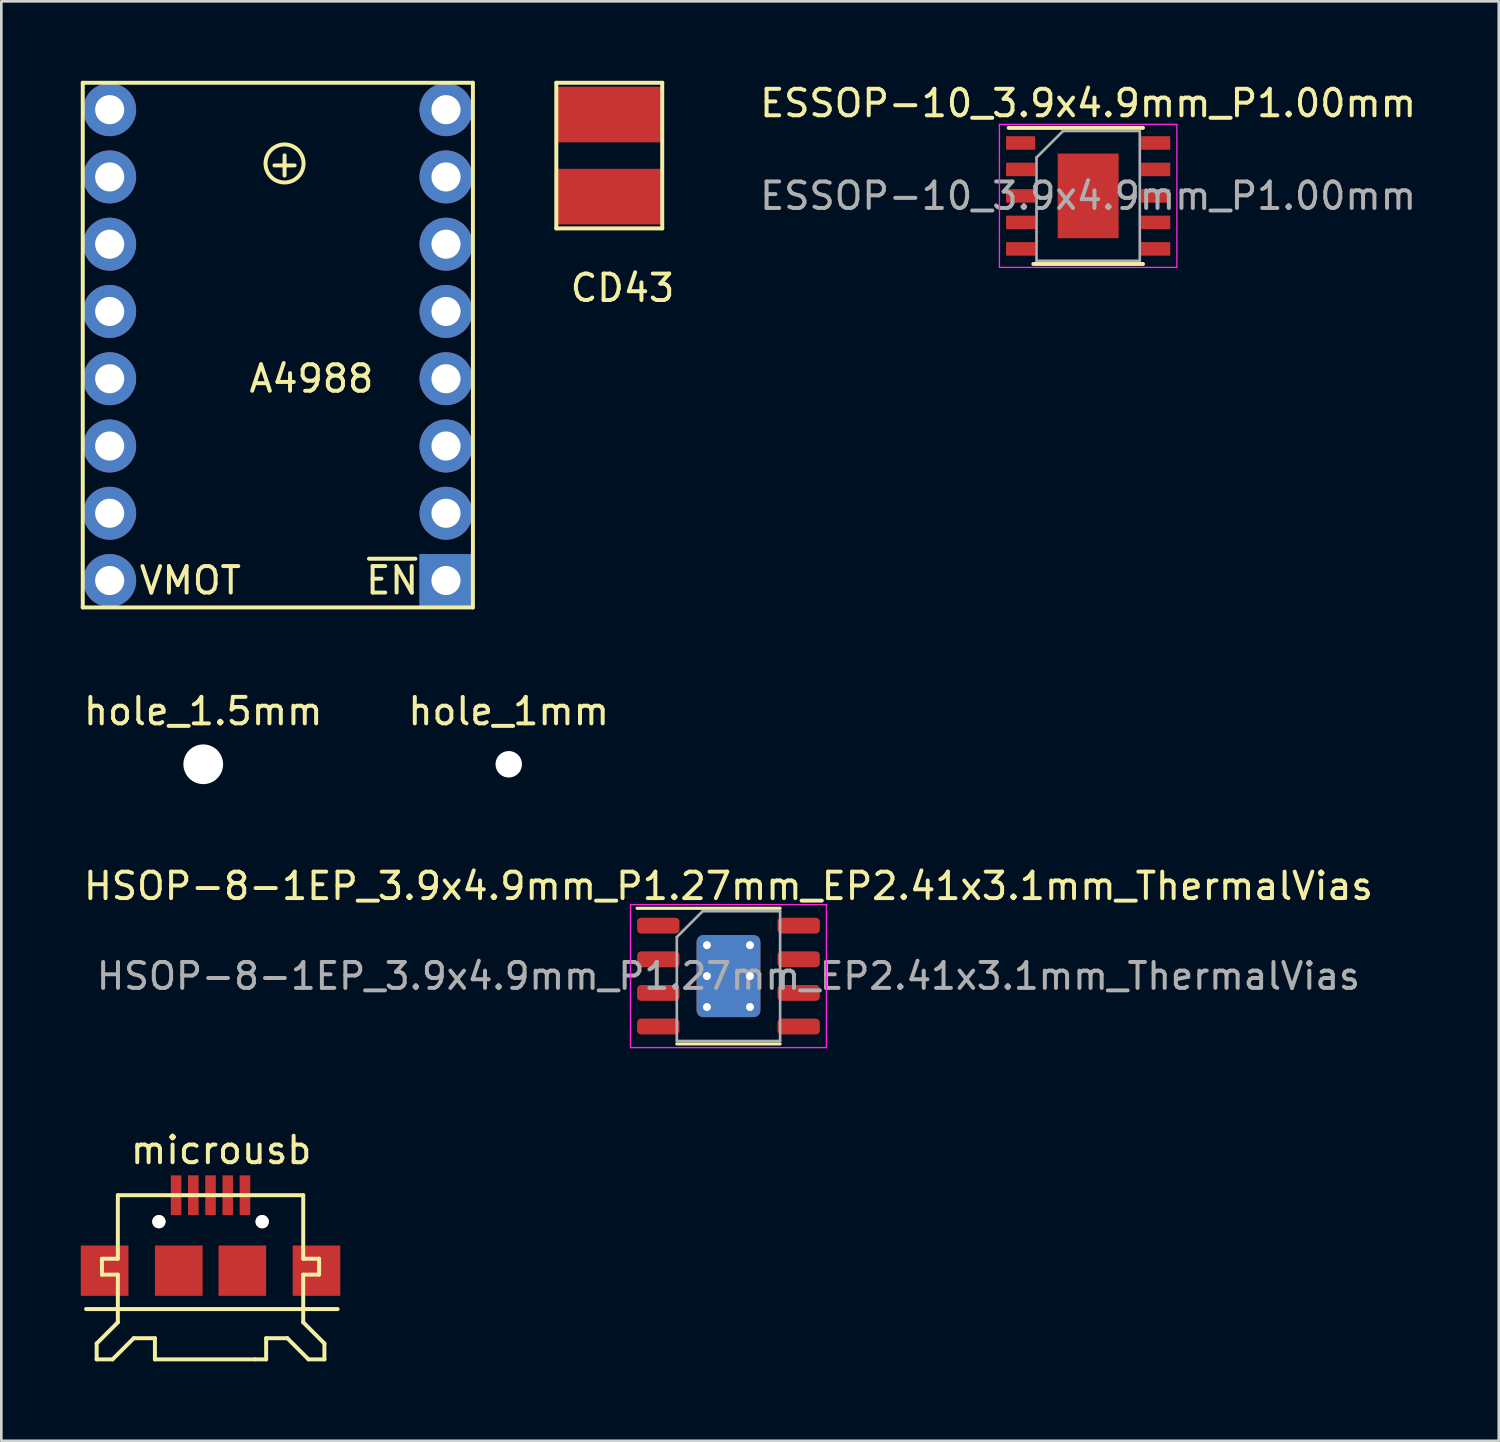
<source format=kicad_pcb>
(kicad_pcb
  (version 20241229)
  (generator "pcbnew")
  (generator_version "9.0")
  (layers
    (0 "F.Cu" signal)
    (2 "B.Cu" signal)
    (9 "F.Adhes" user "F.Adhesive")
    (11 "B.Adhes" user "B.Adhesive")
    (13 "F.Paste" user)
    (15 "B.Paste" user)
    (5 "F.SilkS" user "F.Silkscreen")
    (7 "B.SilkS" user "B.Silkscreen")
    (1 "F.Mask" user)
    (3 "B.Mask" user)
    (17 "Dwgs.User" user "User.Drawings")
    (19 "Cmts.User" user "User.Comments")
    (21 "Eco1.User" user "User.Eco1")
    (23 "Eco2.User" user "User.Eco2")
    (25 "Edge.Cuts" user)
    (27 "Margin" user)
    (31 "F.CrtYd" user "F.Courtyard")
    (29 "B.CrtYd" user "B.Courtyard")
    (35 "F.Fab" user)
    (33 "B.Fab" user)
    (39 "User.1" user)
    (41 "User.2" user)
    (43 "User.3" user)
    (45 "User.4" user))
  (footprint "HSOP-8-1EP_3.9x4.9mm_P1.27mm_EP2.41x3.1mm_ThermalVias"
    (layer "F.Cu")
    (at 24.458 33.809)
    (property "Reference" "HSOP-8-1EP_3.9x4.9mm_P1.27mm_EP2.41x3.1mm_ThermalVias" (at 0 -3.4 0) (layer "F.SilkS") (effects (font (size 1 1) (thickness 0.15))))
    (attr smd)
    (fp_line (start -3.45 -2.56) (end 1.95 -2.56) (stroke (width 0.12) (type solid)) (layer "F.SilkS"))
    (fp_line (start -1.95 2.56) (end 1.95 2.56) (stroke (width 0.12) (type solid)) (layer "F.SilkS"))
    (fp_line (start -3.7 -2.7) (end -3.7 2.7) (stroke (width 0.05) (type solid)) (layer "F.CrtYd"))
    (fp_line (start -3.7 2.7) (end 3.7 2.7) (stroke (width 0.05) (type solid)) (layer "F.CrtYd"))
    (fp_line (start 3.7 -2.7) (end -3.7 -2.7) (stroke (width 0.05) (type solid)) (layer "F.CrtYd"))
    (fp_line (start 3.7 2.7) (end 3.7 -2.7) (stroke (width 0.05) (type solid)) (layer "F.CrtYd"))
    (fp_line (start -1.95 -1.475) (end -0.975 -2.45) (stroke (width 0.1) (type solid)) (layer "F.Fab"))
    (fp_line (start -1.95 2.45) (end -1.95 -1.475) (stroke (width 0.1) (type solid)) (layer "F.Fab"))
    (fp_line (start -0.975 -2.45) (end 1.95 -2.45) (stroke (width 0.1) (type solid)) (layer "F.Fab"))
    (fp_line (start 1.95 -2.45) (end 1.95 2.45) (stroke (width 0.1) (type solid)) (layer "F.Fab"))
    (fp_line (start 1.95 2.45) (end -1.95 2.45) (stroke (width 0.1) (type solid)) (layer "F.Fab"))
    (fp_text user "${REFERENCE}" (at 0 0 0) (layer "F.Fab") (effects (font (size 0.98 0.98) (thickness 0.15))))
    (pad "" smd roundrect (at -0.6 -0.775) (size 0.97 1.25) (layers "F.Paste") (roundrect_rratio 0.25))
    (pad "" smd roundrect (at -0.6 0.775) (size 0.97 1.25) (layers "F.Paste") (roundrect_rratio 0.25))
    (pad "" smd roundrect (at 0.6 -0.775) (size 0.97 1.25) (layers "F.Paste") (roundrect_rratio 0.25))
    (pad "" smd roundrect (at 0.6 0.775) (size 0.97 1.25) (layers "F.Paste") (roundrect_rratio 0.25))
    (pad "1" smd roundrect (at -2.65 -1.905) (size 1.6 0.6) (layers "F.Cu" "F.Mask" "F.Paste") (roundrect_rratio 0.25))
    (pad "2" smd roundrect (at -2.65 -0.635) (size 1.6 0.6) (layers "F.Cu" "F.Mask" "F.Paste") (roundrect_rratio 0.25))
    (pad "3" smd roundrect (at -2.65 0.635) (size 1.6 0.6) (layers "F.Cu" "F.Mask" "F.Paste") (roundrect_rratio 0.25))
    (pad "4" smd roundrect (at -2.65 1.905) (size 1.6 0.6) (layers "F.Cu" "F.Mask" "F.Paste") (roundrect_rratio 0.25))
    (pad "5" smd roundrect (at 2.65 1.905) (size 1.6 0.6) (layers "F.Cu" "F.Mask" "F.Paste") (roundrect_rratio 0.25))
    (pad "6" smd roundrect (at 2.65 0.635) (size 1.6 0.6) (layers "F.Cu" "F.Mask" "F.Paste") (roundrect_rratio 0.25))
    (pad "7" smd roundrect (at 2.65 -0.635) (size 1.6 0.6) (layers "F.Cu" "F.Mask" "F.Paste") (roundrect_rratio 0.25))
    (pad "8" smd roundrect (at 2.65 -1.905) (size 1.6 0.6) (layers "F.Cu" "F.Mask" "F.Paste") (roundrect_rratio 0.25))
    (pad "9" thru_hole circle (at -0.813 -1.168) (size 0.7 0.7) (drill 0.3) (layers "*.Cu"))
    (pad "9" thru_hole circle (at -0.813 0) (size 0.7 0.7) (drill 0.3) (layers "*.Cu"))
    (pad "9" thru_hole circle (at -0.813 1.168) (size 0.7 0.7) (drill 0.3) (layers "*.Cu"))
    (pad "9" smd roundrect (at 0 0) (size 2.41 3.1) (layers "F.Cu" "F.Mask") (roundrect_rratio 0.104))
    (pad "9" smd roundrect (at 0 0) (size 2.41 3.1) (layers "B.Cu") (roundrect_rratio 0.104))
    (pad "9" thru_hole circle (at 0.813 -1.168) (size 0.7 0.7) (drill 0.3) (layers "*.Cu"))
    (pad "9" thru_hole circle (at 0.813 0) (size 0.7 0.7) (drill 0.3) (layers "*.Cu"))
    (pad "9" thru_hole circle (at 0.813 1.168) (size 0.7 0.7) (drill 0.3) (layers "*.Cu")))
  (footprint "hole_1mm"
    (layer "F.Cu")
    (at 16.161 25.81)
    (property "Reference" "hole_1mm" (at 0 -2 0) (unlocked yes) (layer "F.SilkS") (effects (font (size 1 1) (thickness 0.15))))
    (attr through_hole)
    (pad "" np_thru_hole circle (at 0 0) (size 1 1) (drill 1) (layers "*.Cu" "*.Mask")))
  (footprint "hole_1.5mm"
    (layer "F.Cu")
    (at 4.625 25.81)
    (property "Reference" "hole_1.5mm" (at 0 -2 0) (unlocked yes) (layer "F.SilkS") (effects (font (size 1 1) (thickness 0.15))))
    (attr through_hole)
    (pad "" np_thru_hole circle (at 0 0) (size 1.5 1.5) (drill 1.5) (layers "*.Cu" "*.Mask")))
  (footprint "ESSOP-10_3.9x4.9mm_P1.00mm"
    (layer "F.Cu")
    (at 38.04 4.348)
    (property "Reference" "ESSOP-10_3.9x4.9mm_P1.00mm" (at 0 -3.5 0) (layer "F.SilkS") (effects (font (size 1 1) (thickness 0.15))))
    (attr smd)
    (fp_line (start -3 -2.57) (end 2.07 -2.57) (stroke (width 0.15) (type solid)) (layer "F.SilkS"))
    (fp_line (start -2.07 2.57) (end 2.07 2.57) (stroke (width 0.15) (type solid)) (layer "F.SilkS"))
    (fp_line (start -3.35 -2.7) (end -3.35 2.7) (stroke (width 0.05) (type solid)) (layer "F.CrtYd"))
    (fp_line (start -3.35 -2.7) (end 3.35 -2.7) (stroke (width 0.05) (type solid)) (layer "F.CrtYd"))
    (fp_line (start -3.35 2.7) (end 3.35 2.7) (stroke (width 0.05) (type solid)) (layer "F.CrtYd"))
    (fp_line (start 3.35 -2.7) (end 3.35 2.7) (stroke (width 0.05) (type solid)) (layer "F.CrtYd"))
    (fp_line (start -1.95 -1.45) (end -0.95 -2.45) (stroke (width 0.1) (type solid)) (layer "F.Fab"))
    (fp_line (start -1.95 2.45) (end -1.95 -1.45) (stroke (width 0.1) (type solid)) (layer "F.Fab"))
    (fp_line (start -0.95 -2.45) (end 1.95 -2.45) (stroke (width 0.1) (type solid)) (layer "F.Fab"))
    (fp_line (start 1.95 -2.45) (end 1.95 2.45) (stroke (width 0.1) (type solid)) (layer "F.Fab"))
    (fp_line (start 1.95 2.45) (end -1.95 2.45) (stroke (width 0.1) (type solid)) (layer "F.Fab"))
    (fp_text user "${REFERENCE}" (at 0 0 0) (layer "F.Fab") (effects (font (size 1 1) (thickness 0.15))))
    (pad "1" smd rect (at -2.55 -2) (size 1.1 0.51) (layers "F.Cu" "F.Mask" "F.Paste"))
    (pad "2" smd rect (at -2.55 -1) (size 1.1 0.51) (layers "F.Cu" "F.Mask" "F.Paste"))
    (pad "3" smd rect (at -2.55 0) (size 1.1 0.51) (layers "F.Cu" "F.Mask" "F.Paste"))
    (pad "4" smd rect (at -2.55 1) (size 1.1 0.51) (layers "F.Cu" "F.Mask" "F.Paste"))
    (pad "5" smd rect (at -2.55 2) (size 1.1 0.51) (layers "F.Cu" "F.Mask" "F.Paste"))
    (pad "6" smd rect (at 2.55 2) (size 1.1 0.51) (layers "F.Cu" "F.Mask" "F.Paste"))
    (pad "7" smd rect (at 2.55 1) (size 1.1 0.51) (layers "F.Cu" "F.Mask" "F.Paste"))
    (pad "8" smd rect (at 2.55 0) (size 1.1 0.51) (layers "F.Cu" "F.Mask" "F.Paste"))
    (pad "9" smd rect (at 2.55 -1) (size 1.1 0.51) (layers "F.Cu" "F.Mask" "F.Paste"))
    (pad "10" smd rect (at 2.55 -2) (size 1.1 0.51) (layers "F.Cu" "F.Mask" "F.Paste"))
    (pad "11" smd rect (at 0 0) (size 2.3 3.2) (layers "F.Cu" "F.Mask" "F.Paste")))
  (footprint "CD43"
    (layer "F.Cu")
    (at 19.957 2.825)
    (property "Reference" "CD43" (at 0.5 5 0) (layer "F.SilkS") (effects (font (size 1 1) (thickness 0.15))))
    (attr through_hole)
    (fp_line (start -2 -2.75) (end 2 -2.75) (stroke (width 0.15) (type solid)) (layer "F.SilkS"))
    (fp_line (start -2 2.75) (end -2 -2.75) (stroke (width 0.15) (type solid)) (layer "F.SilkS"))
    (fp_line (start 2 -2.75) (end 2 2.75) (stroke (width 0.15) (type solid)) (layer "F.SilkS"))
    (fp_line (start 2 2.75) (end -2 2.75) (stroke (width 0.15) (type solid)) (layer "F.SilkS"))
    (pad "1" smd rect (at 0 1.55) (size 4 2.1) (layers "F.Cu" "F.Mask" "F.Paste"))
    (pad "2" smd rect (at 0 -1.55) (size 4 2.1) (layers "F.Cu" "F.Mask" "F.Paste")))
  (footprint "microusb"
    (layer "F.Cu")
    (at 4.9 42.082)
    (property "Reference" "microusb" (at 0.4 -1.7 0) (layer "F.SilkS") (effects (font (size 1 1) (thickness 0.15))))
    (attr through_hole)
    (fp_line (start -4.7 4.3) (end 4.8 4.3) (stroke (width 0.15) (type solid)) (layer "F.SilkS"))
    (fp_line (start -4.3 5.6) (end -4.3 6.2) (stroke (width 0.15) (type solid)) (layer "F.SilkS"))
    (fp_line (start -4.3 5.6) (end -3.5 4.8) (stroke (width 0.15) (type solid)) (layer "F.SilkS"))
    (fp_line (start -4.3 6.2) (end -3.7 6.2) (stroke (width 0.15) (type solid)) (layer "F.SilkS"))
    (fp_line (start -4.1 2.4) (end -3.5 2.4) (stroke (width 0.15) (type solid)) (layer "F.SilkS"))
    (fp_line (start -4.1 3) (end -4.1 2.4) (stroke (width 0.15) (type solid)) (layer "F.SilkS"))
    (fp_line (start -3.7 6.2) (end -2.9 5.4) (stroke (width 0.15) (type solid)) (layer "F.SilkS"))
    (fp_line (start -3.5 0) (end 3.5 0) (stroke (width 0.15) (type solid)) (layer "F.SilkS"))
    (fp_line (start -3.5 2.4) (end -3.5 0) (stroke (width 0.15) (type solid)) (layer "F.SilkS"))
    (fp_line (start -3.5 3) (end -4.1 3) (stroke (width 0.15) (type solid)) (layer "F.SilkS"))
    (fp_line (start -3.5 4.8) (end -3.5 3) (stroke (width 0.15) (type solid)) (layer "F.SilkS"))
    (fp_line (start -2.9 5.4) (end -2.1 5.4) (stroke (width 0.15) (type solid)) (layer "F.SilkS"))
    (fp_line (start -2.1 5.4) (end -2.1 6.2) (stroke (width 0.15) (type solid)) (layer "F.SilkS"))
    (fp_line (start -2.1 6.2) (end 2.1 6.2) (stroke (width 0.15) (type solid)) (layer "F.SilkS"))
    (fp_line (start 1.7 6.2) (end 1.7 6.2) (stroke (width 0.15) (type solid)) (layer "F.SilkS"))
    (fp_line (start 2.1 5.4) (end 2.9 5.4) (stroke (width 0.15) (type solid)) (layer "F.SilkS"))
    (fp_line (start 2.1 6.2) (end 2.1 5.4) (stroke (width 0.15) (type solid)) (layer "F.SilkS"))
    (fp_line (start 2.9 5.4) (end 3.7 6.2) (stroke (width 0.15) (type solid)) (layer "F.SilkS"))
    (fp_line (start 3.5 0) (end 3.5 2.4) (stroke (width 0.15) (type solid)) (layer "F.SilkS"))
    (fp_line (start 3.5 2.4) (end 4.1 2.4) (stroke (width 0.15) (type solid)) (layer "F.SilkS"))
    (fp_line (start 3.5 3) (end 3.5 4.8) (stroke (width 0.15) (type solid)) (layer "F.SilkS"))
    (fp_line (start 3.5 4.8) (end 4.3 5.6) (stroke (width 0.15) (type solid)) (layer "F.SilkS"))
    (fp_line (start 3.7 6.2) (end 4.3 6.2) (stroke (width 0.15) (type solid)) (layer "F.SilkS"))
    (fp_line (start 4.1 2.4) (end 4.1 3) (stroke (width 0.15) (type solid)) (layer "F.SilkS"))
    (fp_line (start 4.1 3) (end 3.5 3) (stroke (width 0.15) (type solid)) (layer "F.SilkS"))
    (fp_line (start 4.3 6.2) (end 4.3 5.6) (stroke (width 0.15) (type solid)) (layer "F.SilkS"))
    (pad "" np_thru_hole circle (at -1.95 1) (size 0.5 0.5) (drill 0.5) (layers "*.Cu" "*.Mask" "F.SilkS"))
    (pad "" np_thru_hole circle (at 1.95 1) (size 0.5 0.5) (drill 0.5) (layers "*.Cu" "*.Mask" "F.SilkS"))
    (pad "1" smd rect (at -1.3 0) (size 0.4 1.5) (layers "F.Cu" "F.Mask" "F.Paste"))
    (pad "2" smd rect (at -0.65 0) (size 0.4 1.5) (layers "F.Cu" "F.Mask" "F.Paste"))
    (pad "3" smd rect (at 0 0) (size 0.4 1.5) (layers "F.Cu" "F.Mask" "F.Paste"))
    (pad "4" smd rect (at 0.65 0) (size 0.4 1.5) (layers "F.Cu" "F.Mask" "F.Paste"))
    (pad "5" smd rect (at -4 2.85) (size 1.8 1.9) (layers "F.Cu" "F.Mask" "F.Paste"))
    (pad "5" smd rect (at 1.3 0) (size 0.4 1.5) (layers "F.Cu" "F.Mask" "F.Paste"))
    (pad "5" smd rect (at 4 2.85) (size 1.8 1.9) (layers "F.Cu" "F.Mask" "F.Paste"))
    (pad "6" smd rect (at -1.2 2.85) (size 1.8 1.9) (layers "F.Cu" "F.Mask" "F.Paste"))
    (pad "6" smd rect (at 1.2 2.85) (size 1.8 1.9) (layers "F.Cu" "F.Mask" "F.Paste")))
  (footprint "A4988"
    (layer "F.Cu")
    (at 13.791 18.871)
    (property "Reference" "A4988" (at -5.08 -7.62 0) (layer "F.SilkS") (effects (font (size 1 1) (thickness 0.15))))
    (attr through_hole)
    (fp_line (start -13.716 -18.796) (end -13.716 1.016) (stroke (width 0.15) (type solid)) (layer "F.SilkS"))
    (fp_line (start -13.716 1.016) (end 1.016 1.016) (stroke (width 0.15) (type solid)) (layer "F.SilkS"))
    (fp_line (start 1.016 -18.796) (end -13.716 -18.796) (stroke (width 0.15) (type solid)) (layer "F.SilkS"))
    (fp_line (start 1.016 1.016) (end 1.016 -18.796) (stroke (width 0.15) (type solid)) (layer "F.SilkS"))
    (fp_circle (center -6.096 -15.748) (end -5.378 -15.748) (stroke (width 0.15) (type solid)) (fill no) (layer "F.SilkS"))
    (fp_text user "+" (at -6.096 -15.748 0) (layer "F.SilkS") (effects (font (size 1 1) (thickness 0.15))))
    (fp_text user "VMOT" (at -9.652 0 0) (layer "F.SilkS") (effects (font (size 1 1) (thickness 0.15))))
    (fp_text user "~{EN}" (at -2.032 0 0) (layer "F.SilkS") (effects (font (size 1 1) (thickness 0.15))))
    (pad "1" thru_hole rect (at 0 0) (size 2 2) (drill 1.1) (layers "*.Cu" "*.Mask"))
    (pad "2" thru_hole circle (at 0 -2.54) (size 2 2) (drill 1.1) (layers "*.Cu" "*.Mask"))
    (pad "3" thru_hole circle (at 0 -5.08) (size 2 2) (drill 1.1) (layers "*.Cu" "*.Mask"))
    (pad "4" thru_hole circle (at 0 -7.62) (size 2 2) (drill 1.1) (layers "*.Cu" "*.Mask"))
    (pad "5" thru_hole circle (at 0 -10.16) (size 2 2) (drill 1.1) (layers "*.Cu" "*.Mask"))
    (pad "6" thru_hole circle (at 0 -12.7) (size 2 2) (drill 1.1) (layers "*.Cu" "*.Mask"))
    (pad "7" thru_hole circle (at 0 -15.24) (size 2 2) (drill 1.1) (layers "*.Cu" "*.Mask"))
    (pad "8" thru_hole circle (at 0 -17.78) (size 2 2) (drill 1.1) (layers "*.Cu" "*.Mask"))
    (pad "9" thru_hole circle (at -12.7 -17.78) (size 2 2) (drill 1.1) (layers "*.Cu" "*.Mask"))
    (pad "10" thru_hole circle (at -12.7 -15.24) (size 2 2) (drill 1.1) (layers "*.Cu" "*.Mask"))
    (pad "11" thru_hole circle (at -12.7 -12.7) (size 2 2) (drill 1.1) (layers "*.Cu" "*.Mask"))
    (pad "12" thru_hole circle (at -12.7 -10.16) (size 2 2) (drill 1.1) (layers "*.Cu" "*.Mask"))
    (pad "13" thru_hole circle (at -12.7 -7.62) (size 2 2) (drill 1.1) (layers "*.Cu" "*.Mask"))
    (pad "14" thru_hole circle (at -12.7 -5.08) (size 2 2) (drill 1.1) (layers "*.Cu" "*.Mask"))
    (pad "15" thru_hole circle (at -12.7 -2.54) (size 2 2) (drill 1.1) (layers "*.Cu" "*.Mask"))
    (pad "16" thru_hole circle (at -12.7 0) (size 2 2) (drill 1.1) (layers "*.Cu" "*.Mask")))
  (gr_rect
    (start -3 -3)
    (end 53.546 51.357)
    (stroke (width 0.1) (type default))
    (fill no)
    (layer "Edge.Cuts")))
</source>
